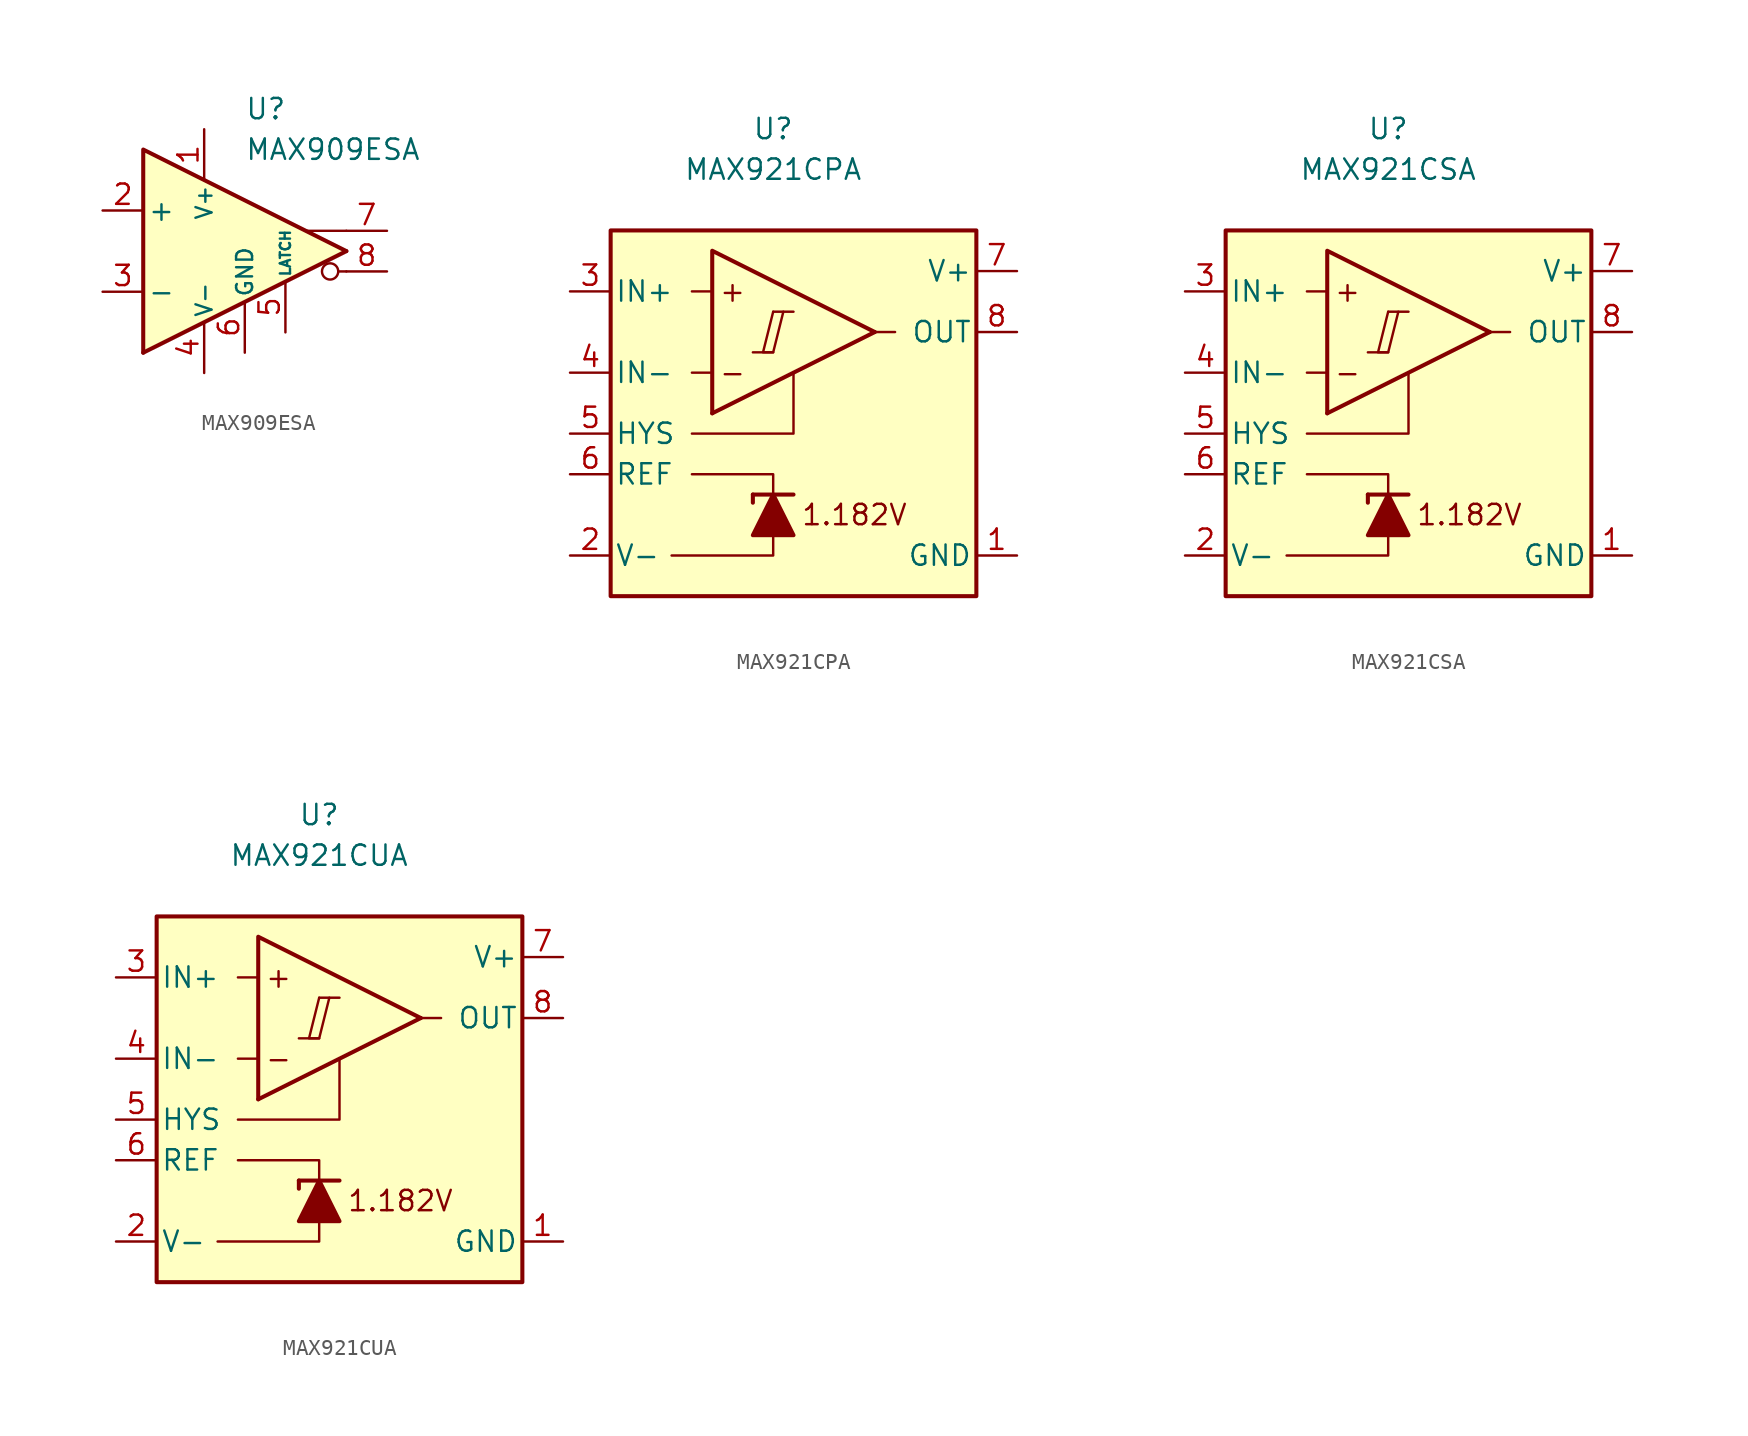
<source format=kicad_sym>
(kicad_symbol_lib
  (version 20211014)
  (generator kicad_symbol_editor)
  (symbol "MAX909ESA"
    (pin_names
      (offset 0.254))
    (property "Reference" "U"
      (at 0 8.89 0)
      (effects (font (size 1.27 1.27)) (justify left)))
    (property "Value" "MAX909ESA"
      (at 0 6.35 0)
      (effects (font (size 1.27 1.27)) (justify left)))
    (symbol "MAX909ESA_0_0"
      (polyline (pts (xy 6.35 -1.27) (xy 5.842 -1.27)) (stroke (width 0.152) (type default) (color 0 0 0 0)) (fill (type none)))
      (polyline (pts (xy 6.35 0) (xy -6.35 -6.35)) (stroke (width 0.254) (type default) (color 0 0 0 0)) (fill (type none)))
      (polyline (pts (xy 6.35 1.27) (xy 3.81 1.27)) (stroke (width 0.152) (type default) (color 0 0 0 0)) (fill (type none)))
      (polyline (pts (xy 6.35 0) (xy -6.35 6.35) (xy -6.35 -6.35)) (stroke (width 0.254) (type default) (color 0 0 0 0)) (fill (type background)))
      (circle (center 5.334 -1.27) (radius 0.508) (stroke (width 0.152) (type default) (color 0 0 0 0)) (fill (type none))))
    (symbol "MAX909ESA_1_1"
      (pin power_in line (at -2.54 7.62 270) (length 3.18) (name "V+" (effects (font (size 1 1)))) (number "1" (effects (font (size 1.27 1.27)))))
      (pin input line (at -8.89 2.54 0) (length 2.54) (name "+" (effects (font (size 1.27 1.27)))) (number "2" (effects (font (size 1.27 1.27)))))
      (pin input line (at -8.89 -2.54 0) (length 2.54) (name "-" (effects (font (size 1.27 1.27)))) (number "3" (effects (font (size 1.27 1.27)))))
      (pin power_in line (at -2.54 -7.62 90) (length 3.18) (name "V-" (effects (font (size 1 1)))) (number "4" (effects (font (size 1.27 1.27)))))
      (pin input line (at 2.54 -5.08 90) (length 3.18) (name "LATCH" (effects (font (size 0.635 0.635)))) (number "5" (effects (font (size 1.27 1.27)))))
      (pin power_in line (at 0 -6.35 90) (length 3.18) (name "GND" (effects (font (size 1 1)))) (number "6" (effects (font (size 1.27 1.27)))))
      (pin output line (at 8.89 1.27 180) (length 2.54) (name "~" (effects (font (size 1.27 1.27)))) (number "7" (effects (font (size 1.27 1.27)))))
      (pin output line (at 8.89 -1.27 180) (length 2.54) (name "~" (effects (font (size 1.27 1.27)))) (number "8" (effects (font (size 1.27 1.27)))))))
  (symbol "MAX921CPA"
    (pin_names
      (offset 0.254))
    (property "Reference" "U"
      (at 0 16.51 0)
      (effects (font (size 1.27 1.27))))
    (property "Value" "MAX921CPA"
      (at 0 13.97 0)
      (effects (font (size 1.27 1.27))))
    (symbol "MAX921CPA_0_0"
      (polyline (pts (xy -1.27 2.54) (xy 0 2.54)) (stroke (width 0.152) (type default) (color 0 0 0 0)) (fill (type none)))
      (polyline (pts (xy 0 5.08) (xy 1.27 5.08)) (stroke (width 0.152) (type default) (color 0 0 0 0)) (fill (type none)))
      (polyline (pts (xy 6.35 3.81) (xy -3.81 -1.27)) (stroke (width 0.254) (type default) (color 0 0 0 0)) (fill (type none)))
      (polyline (pts (xy 6.35 3.81) (xy -3.81 8.89) (xy -3.81 -1.27)) (stroke (width 0.254) (type default) (color 0 0 0 0)) (fill (type background)))
      (polyline (pts (xy 0 5.08) (xy -0.635 2.54) (xy 0 2.54) (xy 0.635 5.08)) (stroke (width 0.152) (type default) (color 0 0 0 0)) (fill (type none)))
      (text "+" (at -2.54 6.35 0) (effects (font (size 1.27 1.27))))
      (text "-" (at -2.54 1.27 0) (effects (font (size 1.27 1.27))))
      (text "1.182V" (at 5.08 -7.62 0) (effects (font (size 1.27 1.27)))))
    (symbol "MAX921CPA_0_1"
      (polyline (pts (xy -3.81 1.27) (xy -5.08 1.27)) (stroke (width 0) (type default) (color 0 0 0 0)) (fill (type none)))
      (polyline (pts (xy -3.81 6.35) (xy -5.08 6.35)) (stroke (width 0) (type default) (color 0 0 0 0)) (fill (type none)))
      (polyline (pts (xy -1.27 -6.35) (xy -1.27 -6.858)) (stroke (width 0.254) (type default) (color 0 0 0 0)) (fill (type none)))
      (polyline (pts (xy -1.27 -6.35) (xy 1.27 -6.35)) (stroke (width 0.254) (type default) (color 0 0 0 0)) (fill (type none)))
      (polyline (pts (xy 6.35 3.81) (xy 7.62 3.81)) (stroke (width 0) (type default) (color 0 0 0 0)) (fill (type none)))
      (polyline (pts (xy 0 -8.89) (xy 0 -10.16) (xy -6.35 -10.16)) (stroke (width 0) (type default) (color 0 0 0 0)) (fill (type none)))
      (polyline (pts (xy 0 -6.35) (xy 0 -5.08) (xy -5.08 -5.08)) (stroke (width 0) (type default) (color 0 0 0 0)) (fill (type none)))
      (polyline (pts (xy 1.27 1.27) (xy 1.27 -2.54) (xy -5.08 -2.54)) (stroke (width 0) (type default) (color 0 0 0 0)) (fill (type none)))
      (polyline (pts (xy 1.27 -8.89) (xy -1.27 -8.89) (xy 0 -6.35) (xy 1.27 -8.89)) (stroke (width 0.254) (type default) (color 0 0 0 0)) (fill (type outline)))
      (rectangle (start 12.7 10.16) (end -10.16 -12.7) (stroke (width 0.254) (type default) (color 0 0 0 0)) (fill (type background))))
    (symbol "MAX921CPA_1_1"
      (pin power_in line (at 15.24 -10.16 180) (length 2.54) (name "GND" (effects (font (size 1.27 1.27)))) (number "1" (effects (font (size 1.27 1.27)))))
      (pin power_in line (at -12.7 -10.16 0) (length 2.54) (name "V-" (effects (font (size 1.27 1.27)))) (number "2" (effects (font (size 1.27 1.27)))))
      (pin input line (at -12.7 6.35 0) (length 2.54) (name "IN+" (effects (font (size 1.27 1.27)))) (number "3" (effects (font (size 1.27 1.27)))))
      (pin input line (at -12.7 1.27 0) (length 2.54) (name "IN-" (effects (font (size 1.27 1.27)))) (number "4" (effects (font (size 1.27 1.27)))))
      (pin input line (at -12.7 -2.54 0) (length 2.54) (name "HYS" (effects (font (size 1.27 1.27)))) (number "5" (effects (font (size 1.27 1.27)))))
      (pin output line (at -12.7 -5.08 0) (length 2.54) (name "REF" (effects (font (size 1.27 1.27)))) (number "6" (effects (font (size 1.27 1.27)))))
      (pin power_in line (at 15.24 7.62 180) (length 2.54) (name "V+" (effects (font (size 1.27 1.27)))) (number "7" (effects (font (size 1.27 1.27)))))
      (pin output line (at 15.24 3.81 180) (length 2.54) (name "OUT" (effects (font (size 1.27 1.27)))) (number "8" (effects (font (size 1.27 1.27)))))))
  (symbol "MAX921CSA"
    (pin_names
      (offset 0.254))
    (property "Reference" "U"
      (at 0 16.51 0)
      (effects (font (size 1.27 1.27))))
    (property "Value" "MAX921CSA"
      (at 0 13.97 0)
      (effects (font (size 1.27 1.27))))
    (symbol "MAX921CSA_0_0"
      (polyline (pts (xy -1.27 2.54) (xy 0 2.54)) (stroke (width 0.152) (type default) (color 0 0 0 0)) (fill (type none)))
      (polyline (pts (xy 0 5.08) (xy 1.27 5.08)) (stroke (width 0.152) (type default) (color 0 0 0 0)) (fill (type none)))
      (polyline (pts (xy 6.35 3.81) (xy -3.81 -1.27)) (stroke (width 0.254) (type default) (color 0 0 0 0)) (fill (type none)))
      (polyline (pts (xy 6.35 3.81) (xy -3.81 8.89) (xy -3.81 -1.27)) (stroke (width 0.254) (type default) (color 0 0 0 0)) (fill (type background)))
      (polyline (pts (xy 0 5.08) (xy -0.635 2.54) (xy 0 2.54) (xy 0.635 5.08)) (stroke (width 0.152) (type default) (color 0 0 0 0)) (fill (type none)))
      (text "+" (at -2.54 6.35 0) (effects (font (size 1.27 1.27))))
      (text "-" (at -2.54 1.27 0) (effects (font (size 1.27 1.27))))
      (text "1.182V" (at 5.08 -7.62 0) (effects (font (size 1.27 1.27)))))
    (symbol "MAX921CSA_0_1"
      (polyline (pts (xy -3.81 1.27) (xy -5.08 1.27)) (stroke (width 0) (type default) (color 0 0 0 0)) (fill (type none)))
      (polyline (pts (xy -3.81 6.35) (xy -5.08 6.35)) (stroke (width 0) (type default) (color 0 0 0 0)) (fill (type none)))
      (polyline (pts (xy -1.27 -6.35) (xy -1.27 -6.858)) (stroke (width 0.254) (type default) (color 0 0 0 0)) (fill (type none)))
      (polyline (pts (xy -1.27 -6.35) (xy 1.27 -6.35)) (stroke (width 0.254) (type default) (color 0 0 0 0)) (fill (type none)))
      (polyline (pts (xy 6.35 3.81) (xy 7.62 3.81)) (stroke (width 0) (type default) (color 0 0 0 0)) (fill (type none)))
      (polyline (pts (xy 0 -8.89) (xy 0 -10.16) (xy -6.35 -10.16)) (stroke (width 0) (type default) (color 0 0 0 0)) (fill (type none)))
      (polyline (pts (xy 0 -6.35) (xy 0 -5.08) (xy -5.08 -5.08)) (stroke (width 0) (type default) (color 0 0 0 0)) (fill (type none)))
      (polyline (pts (xy 1.27 1.27) (xy 1.27 -2.54) (xy -5.08 -2.54)) (stroke (width 0) (type default) (color 0 0 0 0)) (fill (type none)))
      (polyline (pts (xy 1.27 -8.89) (xy -1.27 -8.89) (xy 0 -6.35) (xy 1.27 -8.89)) (stroke (width 0.254) (type default) (color 0 0 0 0)) (fill (type outline)))
      (rectangle (start 12.7 10.16) (end -10.16 -12.7) (stroke (width 0.254) (type default) (color 0 0 0 0)) (fill (type background))))
    (symbol "MAX921CSA_1_1"
      (pin power_in line (at 15.24 -10.16 180) (length 2.54) (name "GND" (effects (font (size 1.27 1.27)))) (number "1" (effects (font (size 1.27 1.27)))))
      (pin power_in line (at -12.7 -10.16 0) (length 2.54) (name "V-" (effects (font (size 1.27 1.27)))) (number "2" (effects (font (size 1.27 1.27)))))
      (pin input line (at -12.7 6.35 0) (length 2.54) (name "IN+" (effects (font (size 1.27 1.27)))) (number "3" (effects (font (size 1.27 1.27)))))
      (pin input line (at -12.7 1.27 0) (length 2.54) (name "IN-" (effects (font (size 1.27 1.27)))) (number "4" (effects (font (size 1.27 1.27)))))
      (pin input line (at -12.7 -2.54 0) (length 2.54) (name "HYS" (effects (font (size 1.27 1.27)))) (number "5" (effects (font (size 1.27 1.27)))))
      (pin output line (at -12.7 -5.08 0) (length 2.54) (name "REF" (effects (font (size 1.27 1.27)))) (number "6" (effects (font (size 1.27 1.27)))))
      (pin power_in line (at 15.24 7.62 180) (length 2.54) (name "V+" (effects (font (size 1.27 1.27)))) (number "7" (effects (font (size 1.27 1.27)))))
      (pin output line (at 15.24 3.81 180) (length 2.54) (name "OUT" (effects (font (size 1.27 1.27)))) (number "8" (effects (font (size 1.27 1.27)))))))
  (symbol "MAX921CUA"
    (pin_names
      (offset 0.254))
    (property "Reference" "U"
      (at 0 16.51 0)
      (effects (font (size 1.27 1.27))))
    (property "Value" "MAX921CUA"
      (at 0 13.97 0)
      (effects (font (size 1.27 1.27))))
    (symbol "MAX921CUA_0_0"
      (polyline (pts (xy -1.27 2.54) (xy 0 2.54)) (stroke (width 0.152) (type default) (color 0 0 0 0)) (fill (type none)))
      (polyline (pts (xy 0 5.08) (xy 1.27 5.08)) (stroke (width 0.152) (type default) (color 0 0 0 0)) (fill (type none)))
      (polyline (pts (xy 6.35 3.81) (xy -3.81 -1.27)) (stroke (width 0.254) (type default) (color 0 0 0 0)) (fill (type none)))
      (polyline (pts (xy 6.35 3.81) (xy -3.81 8.89) (xy -3.81 -1.27)) (stroke (width 0.254) (type default) (color 0 0 0 0)) (fill (type background)))
      (polyline (pts (xy 0 5.08) (xy -0.635 2.54) (xy 0 2.54) (xy 0.635 5.08)) (stroke (width 0.152) (type default) (color 0 0 0 0)) (fill (type none)))
      (text "+" (at -2.54 6.35 0) (effects (font (size 1.27 1.27))))
      (text "-" (at -2.54 1.27 0) (effects (font (size 1.27 1.27))))
      (text "1.182V" (at 5.08 -7.62 0) (effects (font (size 1.27 1.27)))))
    (symbol "MAX921CUA_0_1"
      (polyline (pts (xy -3.81 1.27) (xy -5.08 1.27)) (stroke (width 0) (type default) (color 0 0 0 0)) (fill (type none)))
      (polyline (pts (xy -3.81 6.35) (xy -5.08 6.35)) (stroke (width 0) (type default) (color 0 0 0 0)) (fill (type none)))
      (polyline (pts (xy -1.27 -6.35) (xy -1.27 -6.858)) (stroke (width 0.254) (type default) (color 0 0 0 0)) (fill (type none)))
      (polyline (pts (xy -1.27 -6.35) (xy 1.27 -6.35)) (stroke (width 0.254) (type default) (color 0 0 0 0)) (fill (type none)))
      (polyline (pts (xy 6.35 3.81) (xy 7.62 3.81)) (stroke (width 0) (type default) (color 0 0 0 0)) (fill (type none)))
      (polyline (pts (xy 0 -8.89) (xy 0 -10.16) (xy -6.35 -10.16)) (stroke (width 0) (type default) (color 0 0 0 0)) (fill (type none)))
      (polyline (pts (xy 0 -6.35) (xy 0 -5.08) (xy -5.08 -5.08)) (stroke (width 0) (type default) (color 0 0 0 0)) (fill (type none)))
      (polyline (pts (xy 1.27 1.27) (xy 1.27 -2.54) (xy -5.08 -2.54)) (stroke (width 0) (type default) (color 0 0 0 0)) (fill (type none)))
      (polyline (pts (xy 1.27 -8.89) (xy -1.27 -8.89) (xy 0 -6.35) (xy 1.27 -8.89)) (stroke (width 0.254) (type default) (color 0 0 0 0)) (fill (type outline)))
      (rectangle (start 12.7 10.16) (end -10.16 -12.7) (stroke (width 0.254) (type default) (color 0 0 0 0)) (fill (type background))))
    (symbol "MAX921CUA_1_1"
      (pin power_in line (at 15.24 -10.16 180) (length 2.54) (name "GND" (effects (font (size 1.27 1.27)))) (number "1" (effects (font (size 1.27 1.27)))))
      (pin power_in line (at -12.7 -10.16 0) (length 2.54) (name "V-" (effects (font (size 1.27 1.27)))) (number "2" (effects (font (size 1.27 1.27)))))
      (pin input line (at -12.7 6.35 0) (length 2.54) (name "IN+" (effects (font (size 1.27 1.27)))) (number "3" (effects (font (size 1.27 1.27)))))
      (pin input line (at -12.7 1.27 0) (length 2.54) (name "IN-" (effects (font (size 1.27 1.27)))) (number "4" (effects (font (size 1.27 1.27)))))
      (pin input line (at -12.7 -2.54 0) (length 2.54) (name "HYS" (effects (font (size 1.27 1.27)))) (number "5" (effects (font (size 1.27 1.27)))))
      (pin output line (at -12.7 -5.08 0) (length 2.54) (name "REF" (effects (font (size 1.27 1.27)))) (number "6" (effects (font (size 1.27 1.27)))))
      (pin power_in line (at 15.24 7.62 180) (length 2.54) (name "V+" (effects (font (size 1.27 1.27)))) (number "7" (effects (font (size 1.27 1.27)))))
      (pin output line (at 15.24 3.81 180) (length 2.54) (name "OUT" (effects (font (size 1.27 1.27)))) (number "8" (effects (font (size 1.27 1.27))))))))
</source>
